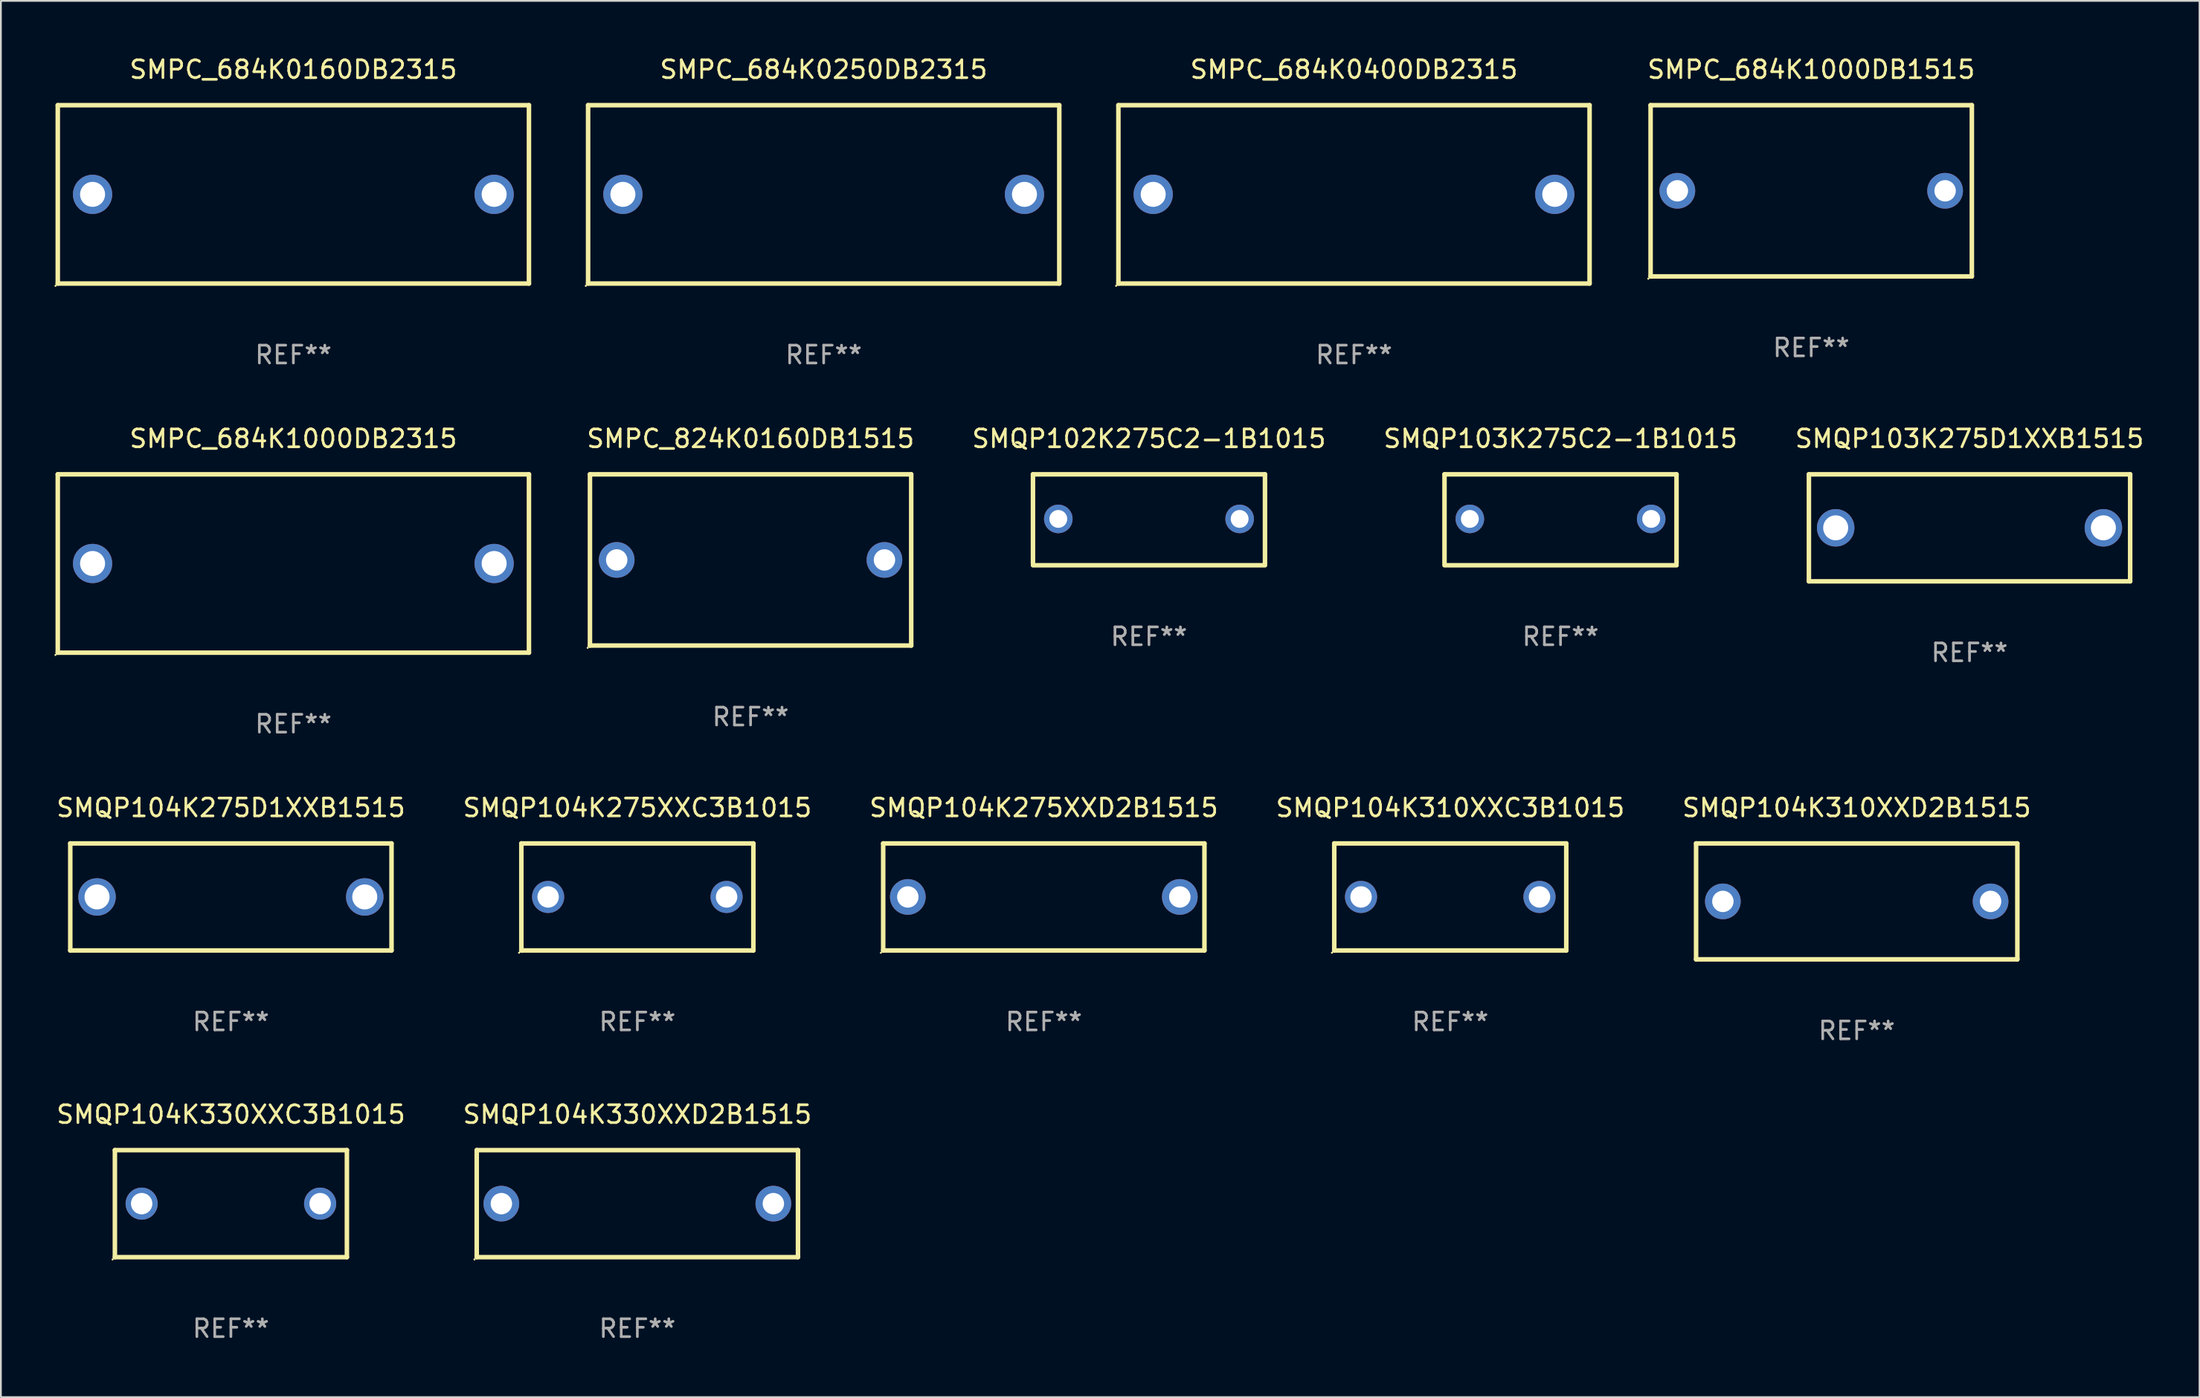
<source format=kicad_pcb>
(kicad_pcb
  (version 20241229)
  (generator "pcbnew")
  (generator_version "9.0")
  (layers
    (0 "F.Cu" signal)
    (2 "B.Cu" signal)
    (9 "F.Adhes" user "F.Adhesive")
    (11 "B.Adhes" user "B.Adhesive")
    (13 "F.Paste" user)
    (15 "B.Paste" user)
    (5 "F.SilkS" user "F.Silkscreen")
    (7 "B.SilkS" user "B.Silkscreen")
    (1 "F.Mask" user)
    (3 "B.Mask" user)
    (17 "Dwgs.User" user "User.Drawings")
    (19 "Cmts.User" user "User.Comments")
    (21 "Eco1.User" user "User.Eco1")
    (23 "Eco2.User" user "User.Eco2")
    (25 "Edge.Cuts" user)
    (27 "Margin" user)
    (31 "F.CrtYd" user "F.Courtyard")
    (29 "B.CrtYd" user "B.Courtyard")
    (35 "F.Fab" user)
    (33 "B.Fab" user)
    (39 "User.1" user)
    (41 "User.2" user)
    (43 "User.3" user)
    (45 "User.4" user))
  (footprint "SMQP103K275C2-1B1015"
    (layer "F.Cu")
    (at 84.386 26.095)
    (property "Reference" "SMQP103K275C2-1B1015" (at 0 -4.55 0) (layer "F.SilkS") (effects (font (size 1 1) (thickness 0.15))))
    (attr through_hole)
    (fp_line (start -6.5 -2.55) (end 6.5 -2.55) (stroke (width 0.254) (type solid)) (layer "F.SilkS"))
    (fp_line (start -6.5 2.45) (end -6.5 -2.55) (stroke (width 0.254) (type solid)) (layer "F.SilkS"))
    (fp_line (start 6.5 -2.55) (end 6.5 2.45) (stroke (width 0.254) (type solid)) (layer "F.SilkS"))
    (fp_line (start 6.5 2.55) (end -6.5 2.55) (stroke (width 0.254) (type solid)) (layer "F.SilkS"))
    (fp_circle (center -6.5 2.45) (end -6.47 2.45) (stroke (width 0.06) (type solid)) (fill no) (layer "F.SilkS"))
    (fp_text user "REF**" (at 0 6.55 0) (layer "F.Fab") (effects (font (size 1 1) (thickness 0.15))))
    (pad "1" thru_hole circle (at -5.08 -0.05) (size 1.6 1.6) (drill 1) (layers "*.Cu" "*.Mask"))
    (pad "2" thru_hole circle (at 5.08 -0.05) (size 1.6 1.6) (drill 1) (layers "*.Cu" "*.Mask")))
  (footprint "SMQP104K330XXD2B1515"
    (layer "F.Cu")
    (at 32.661 64.438)
    (property "Reference" "SMQP104K330XXD2B1515" (at 0 -5 0) (layer "F.SilkS") (effects (font (size 1 1) (thickness 0.15))))
    (attr through_hole)
    (fp_line (start -9 -3) (end 9 -3) (stroke (width 0.254) (type solid)) (layer "F.SilkS"))
    (fp_line (start -9 3) (end -9 -3) (stroke (width 0.254) (type solid)) (layer "F.SilkS"))
    (fp_line (start 9 -3) (end 9 3) (stroke (width 0.254) (type solid)) (layer "F.SilkS"))
    (fp_line (start 9 3) (end -9 3) (stroke (width 0.254) (type solid)) (layer "F.SilkS"))
    (fp_circle (center -9.127 3.127) (end -9.097 3.127) (stroke (width 0.06) (type solid)) (fill no) (layer "F.SilkS"))
    (fp_text user "REF**" (at 0 7 0) (layer "F.Fab") (effects (font (size 1 1) (thickness 0.15))))
    (pad "1" thru_hole circle (at -7.62 0) (size 2 2) (drill 1.2) (layers "*.Cu" "*.Mask"))
    (pad "2" thru_hole circle (at 7.62 0) (size 2 2) (drill 1.2) (layers "*.Cu" "*.Mask")))
  (footprint "SMQP104K275D1XXB1515"
    (layer "F.Cu")
    (at 9.887 47.241)
    (property "Reference" "SMQP104K275D1XXB1515" (at 0 -5 0) (layer "F.SilkS") (effects (font (size 1 1) (thickness 0.15))))
    (attr through_hole)
    (fp_line (start -9 -3) (end 9 -3) (stroke (width 0.254) (type solid)) (layer "F.SilkS"))
    (fp_line (start -9 3) (end -9 -3) (stroke (width 0.254) (type solid)) (layer "F.SilkS"))
    (fp_line (start 9 -3) (end 9 3) (stroke (width 0.254) (type solid)) (layer "F.SilkS"))
    (fp_line (start 9 3) (end -9 3) (stroke (width 0.254) (type solid)) (layer "F.SilkS"))
    (fp_circle (center -9 3) (end -8.97 3) (stroke (width 0.06) (type solid)) (fill no) (layer "F.SilkS"))
    (fp_text user "REF**" (at 0 7 0) (layer "F.Fab") (effects (font (size 1 1) (thickness 0.15))))
    (pad "1" thru_hole circle (at -7.5 0) (size 2.1 2.1) (drill 1.4) (layers "*.Cu" "*.Mask"))
    (pad "2" thru_hole circle (at 7.5 0) (size 2.1 2.1) (drill 1.4) (layers "*.Cu" "*.Mask")))
  (footprint "SMQP104K275XXC3B1015"
    (layer "F.Cu")
    (at 32.661 47.241)
    (property "Reference" "SMQP104K275XXC3B1015" (at 0 -5 0) (layer "F.SilkS") (effects (font (size 1 1) (thickness 0.15))))
    (attr through_hole)
    (fp_line (start -6.5 -3) (end 6.5 -3) (stroke (width 0.254) (type solid)) (layer "F.SilkS"))
    (fp_line (start -6.5 3) (end -6.5 -3) (stroke (width 0.254) (type solid)) (layer "F.SilkS"))
    (fp_line (start -6.5 3) (end 6.5 3) (stroke (width 0.254) (type solid)) (layer "F.SilkS"))
    (fp_line (start 6.5 -3) (end 6.5 3) (stroke (width 0.254) (type solid)) (layer "F.SilkS"))
    (fp_circle (center -6.627 3.127) (end -6.597 3.127) (stroke (width 0.06) (type solid)) (fill no) (layer "F.SilkS"))
    (fp_text user "REF**" (at 0 7 0) (layer "F.Fab") (effects (font (size 1 1) (thickness 0.15))))
    (pad "1" thru_hole circle (at -5 0) (size 1.8 1.8) (drill 1.2) (layers "*.Cu" "*.Mask"))
    (pad "2" thru_hole circle (at 5 0) (size 1.8 1.8) (drill 1.2) (layers "*.Cu" "*.Mask")))
  (footprint "SMQP104K310XXC3B1015"
    (layer "F.Cu")
    (at 78.208 47.241)
    (property "Reference" "SMQP104K310XXC3B1015" (at 0 -5 0) (layer "F.SilkS") (effects (font (size 1 1) (thickness 0.15))))
    (attr through_hole)
    (fp_line (start -6.5 -3) (end 6.5 -3) (stroke (width 0.254) (type solid)) (layer "F.SilkS"))
    (fp_line (start -6.5 3) (end -6.5 -3) (stroke (width 0.254) (type solid)) (layer "F.SilkS"))
    (fp_line (start -6.5 3) (end 6.5 3) (stroke (width 0.254) (type solid)) (layer "F.SilkS"))
    (fp_line (start 6.5 -3) (end 6.5 3) (stroke (width 0.254) (type solid)) (layer "F.SilkS"))
    (fp_circle (center -6.627 3.127) (end -6.597 3.127) (stroke (width 0.06) (type solid)) (fill no) (layer "F.SilkS"))
    (fp_text user "REF**" (at 0 7 0) (layer "F.Fab") (effects (font (size 1 1) (thickness 0.15))))
    (pad "1" thru_hole circle (at -5 0) (size 1.8 1.8) (drill 1.2) (layers "*.Cu" "*.Mask"))
    (pad "2" thru_hole circle (at 5 0) (size 1.8 1.8) (drill 1.2) (layers "*.Cu" "*.Mask")))
  (footprint "SMQP104K330XXC3B1015"
    (layer "F.Cu")
    (at 9.887 64.438)
    (property "Reference" "SMQP104K330XXC3B1015" (at 0 -5 0) (layer "F.SilkS") (effects (font (size 1 1) (thickness 0.15))))
    (attr through_hole)
    (fp_line (start -6.5 -3) (end 6.5 -3) (stroke (width 0.254) (type solid)) (layer "F.SilkS"))
    (fp_line (start -6.5 3) (end -6.5 -3) (stroke (width 0.254) (type solid)) (layer "F.SilkS"))
    (fp_line (start -6.5 3) (end 6.5 3) (stroke (width 0.254) (type solid)) (layer "F.SilkS"))
    (fp_line (start 6.5 -3) (end 6.5 3) (stroke (width 0.254) (type solid)) (layer "F.SilkS"))
    (fp_circle (center -6.627 3.127) (end -6.597 3.127) (stroke (width 0.06) (type solid)) (fill no) (layer "F.SilkS"))
    (fp_text user "REF**" (at 0 7 0) (layer "F.Fab") (effects (font (size 1 1) (thickness 0.15))))
    (pad "1" thru_hole circle (at -5 0) (size 1.8 1.8) (drill 1.2) (layers "*.Cu" "*.Mask"))
    (pad "2" thru_hole circle (at 5 0) (size 1.8 1.8) (drill 1.2) (layers "*.Cu" "*.Mask")))
  (footprint "SMPC_684K1000DB2315"
    (layer "F.Cu")
    (at 13.387 28.545)
    (property "Reference" "SMPC_684K1000DB2315" (at 0 -7 0) (layer "F.SilkS") (effects (font (size 1 1) (thickness 0.15))))
    (attr through_hole)
    (fp_line (start -13.2 -5) (end 13.2 -5) (stroke (width 0.254) (type solid)) (layer "F.SilkS"))
    (fp_line (start -13.2 5) (end -13.2 -5) (stroke (width 0.254) (type solid)) (layer "F.SilkS"))
    (fp_line (start 13.2 -5) (end 13.2 5) (stroke (width 0.254) (type solid)) (layer "F.SilkS"))
    (fp_line (start 13.2 5) (end -13.2 5) (stroke (width 0.254) (type solid)) (layer "F.SilkS"))
    (fp_circle (center -13.327 5.127) (end -13.297 5.127) (stroke (width 0.06) (type solid)) (fill no) (layer "F.SilkS"))
    (fp_text user "REF**" (at 0 9 0) (layer "F.Fab") (effects (font (size 1 1) (thickness 0.15))))
    (pad "1" thru_hole circle (at -11.25 0) (size 2.2 2.2) (drill 1.4) (layers "*.Cu" "*.Mask"))
    (pad "2" thru_hole circle (at 11.25 0) (size 2.2 2.2) (drill 1.4) (layers "*.Cu" "*.Mask")))
  (footprint "SMQP104K310XXD2B1515"
    (layer "F.Cu")
    (at 100.982 47.491)
    (property "Reference" "SMQP104K310XXD2B1515" (at 0 -5.25 0) (layer "F.SilkS") (effects (font (size 1 1) (thickness 0.15))))
    (attr through_hole)
    (fp_line (start -9 -3.25) (end 9 -3.25) (stroke (width 0.254) (type solid)) (layer "F.SilkS"))
    (fp_line (start -9 3.25) (end -9 -3.25) (stroke (width 0.254) (type solid)) (layer "F.SilkS"))
    (fp_line (start 9 -3.25) (end 9 3.25) (stroke (width 0.254) (type solid)) (layer "F.SilkS"))
    (fp_line (start 9 3.25) (end -9 3.25) (stroke (width 0.254) (type solid)) (layer "F.SilkS"))
    (fp_circle (center -9 3.25) (end -8.97 3.25) (stroke (width 0.06) (type solid)) (fill no) (layer "F.SilkS"))
    (fp_text user "REF**" (at 0 7.25 0) (layer "F.Fab") (effects (font (size 1 1) (thickness 0.15))))
    (pad "1" thru_hole circle (at -7.5 0) (size 2 2) (drill 1.2) (layers "*.Cu" "*.Mask"))
    (pad "2" thru_hole circle (at 7.5 0) (size 2 2) (drill 1.2) (layers "*.Cu" "*.Mask")))
  (footprint "SMPC_684K0250DB2315"
    (layer "F.Cu")
    (at 43.101 7.848)
    (property "Reference" "SMPC_684K0250DB2315" (at 0 -7 0) (layer "F.SilkS") (effects (font (size 1 1) (thickness 0.15))))
    (attr through_hole)
    (fp_line (start -13.2 -5) (end 13.2 -5) (stroke (width 0.254) (type solid)) (layer "F.SilkS"))
    (fp_line (start -13.2 5) (end -13.2 -5) (stroke (width 0.254) (type solid)) (layer "F.SilkS"))
    (fp_line (start 13.2 -5) (end 13.2 5) (stroke (width 0.254) (type solid)) (layer "F.SilkS"))
    (fp_line (start 13.2 5) (end -13.2 5) (stroke (width 0.254) (type solid)) (layer "F.SilkS"))
    (fp_circle (center -13.327 5.127) (end -13.297 5.127) (stroke (width 0.06) (type solid)) (fill no) (layer "F.SilkS"))
    (fp_text user "REF**" (at 0 9 0) (layer "F.Fab") (effects (font (size 1 1) (thickness 0.15))))
    (pad "1" thru_hole circle (at -11.25 0) (size 2.2 2.2) (drill 1.4) (layers "*.Cu" "*.Mask"))
    (pad "2" thru_hole circle (at 11.25 0) (size 2.2 2.2) (drill 1.4) (layers "*.Cu" "*.Mask")))
  (footprint "SMPC_684K0400DB2315"
    (layer "F.Cu")
    (at 72.814 7.848)
    (property "Reference" "SMPC_684K0400DB2315" (at 0 -7 0) (layer "F.SilkS") (effects (font (size 1 1) (thickness 0.15))))
    (attr through_hole)
    (fp_line (start -13.2 -5) (end 13.2 -5) (stroke (width 0.254) (type solid)) (layer "F.SilkS"))
    (fp_line (start -13.2 5) (end -13.2 -5) (stroke (width 0.254) (type solid)) (layer "F.SilkS"))
    (fp_line (start 13.2 -5) (end 13.2 5) (stroke (width 0.254) (type solid)) (layer "F.SilkS"))
    (fp_line (start 13.2 5) (end -13.2 5) (stroke (width 0.254) (type solid)) (layer "F.SilkS"))
    (fp_circle (center -13.327 5.127) (end -13.297 5.127) (stroke (width 0.06) (type solid)) (fill no) (layer "F.SilkS"))
    (fp_text user "REF**" (at 0 9 0) (layer "F.Fab") (effects (font (size 1 1) (thickness 0.15))))
    (pad "1" thru_hole circle (at -11.25 0) (size 2.2 2.2) (drill 1.4) (layers "*.Cu" "*.Mask"))
    (pad "2" thru_hole circle (at 11.25 0) (size 2.2 2.2) (drill 1.4) (layers "*.Cu" "*.Mask")))
  (footprint "SMQP102K275C2-1B1015"
    (layer "F.Cu")
    (at 61.327 26.095)
    (property "Reference" "SMQP102K275C2-1B1015" (at 0 -4.55 0) (layer "F.SilkS") (effects (font (size 1 1) (thickness 0.15))))
    (attr through_hole)
    (fp_line (start -6.5 -2.55) (end 6.5 -2.55) (stroke (width 0.254) (type solid)) (layer "F.SilkS"))
    (fp_line (start -6.5 2.45) (end -6.5 -2.55) (stroke (width 0.254) (type solid)) (layer "F.SilkS"))
    (fp_line (start 6.5 -2.55) (end 6.5 2.45) (stroke (width 0.254) (type solid)) (layer "F.SilkS"))
    (fp_line (start 6.5 2.55) (end -6.5 2.55) (stroke (width 0.254) (type solid)) (layer "F.SilkS"))
    (fp_circle (center -6.5 2.45) (end -6.47 2.45) (stroke (width 0.06) (type solid)) (fill no) (layer "F.SilkS"))
    (fp_text user "REF**" (at 0 6.55 0) (layer "F.Fab") (effects (font (size 1 1) (thickness 0.15))))
    (pad "1" thru_hole circle (at -5.08 -0.05) (size 1.6 1.6) (drill 1) (layers "*.Cu" "*.Mask"))
    (pad "2" thru_hole circle (at 5.08 -0.05) (size 1.6 1.6) (drill 1) (layers "*.Cu" "*.Mask")))
  (footprint "SMPC_684K0160DB2315"
    (layer "F.Cu")
    (at 13.387 7.848)
    (property "Reference" "SMPC_684K0160DB2315" (at 0 -7 0) (layer "F.SilkS") (effects (font (size 1 1) (thickness 0.15))))
    (attr through_hole)
    (fp_line (start -13.2 -5) (end 13.2 -5) (stroke (width 0.254) (type solid)) (layer "F.SilkS"))
    (fp_line (start -13.2 5) (end -13.2 -5) (stroke (width 0.254) (type solid)) (layer "F.SilkS"))
    (fp_line (start 13.2 -5) (end 13.2 5) (stroke (width 0.254) (type solid)) (layer "F.SilkS"))
    (fp_line (start 13.2 5) (end -13.2 5) (stroke (width 0.254) (type solid)) (layer "F.SilkS"))
    (fp_circle (center -13.327 5.127) (end -13.297 5.127) (stroke (width 0.06) (type solid)) (fill no) (layer "F.SilkS"))
    (fp_text user "REF**" (at 0 9 0) (layer "F.Fab") (effects (font (size 1 1) (thickness 0.15))))
    (pad "1" thru_hole circle (at -11.25 0) (size 2.2 2.2) (drill 1.4) (layers "*.Cu" "*.Mask"))
    (pad "2" thru_hole circle (at 11.25 0) (size 2.2 2.2) (drill 1.4) (layers "*.Cu" "*.Mask")))
  (footprint "SMQP104K275XXD2B1515"
    (layer "F.Cu")
    (at 55.435 47.241)
    (property "Reference" "SMQP104K275XXD2B1515" (at 0 -5 0) (layer "F.SilkS") (effects (font (size 1 1) (thickness 0.15))))
    (attr through_hole)
    (fp_line (start -9 -3) (end 9 -3) (stroke (width 0.254) (type solid)) (layer "F.SilkS"))
    (fp_line (start -9 3) (end -9 -3) (stroke (width 0.254) (type solid)) (layer "F.SilkS"))
    (fp_line (start 9 -3) (end 9 3) (stroke (width 0.254) (type solid)) (layer "F.SilkS"))
    (fp_line (start 9 3) (end -9 3) (stroke (width 0.254) (type solid)) (layer "F.SilkS"))
    (fp_circle (center -9.127 3.127) (end -9.097 3.127) (stroke (width 0.06) (type solid)) (fill no) (layer "F.SilkS"))
    (fp_text user "REF**" (at 0 7 0) (layer "F.Fab") (effects (font (size 1 1) (thickness 0.15))))
    (pad "1" thru_hole circle (at -7.62 0) (size 2 2) (drill 1.2) (layers "*.Cu" "*.Mask"))
    (pad "2" thru_hole circle (at 7.62 0) (size 2 2) (drill 1.2) (layers "*.Cu" "*.Mask")))
  (footprint "SMQP103K275D1XXB1515"
    (layer "F.Cu")
    (at 107.303 26.545)
    (property "Reference" "SMQP103K275D1XXB1515" (at 0 -5 0) (layer "F.SilkS") (effects (font (size 1 1) (thickness 0.15))))
    (attr through_hole)
    (fp_line (start -9 -3) (end 9 -3) (stroke (width 0.254) (type solid)) (layer "F.SilkS"))
    (fp_line (start -9 3) (end -9 -3) (stroke (width 0.254) (type solid)) (layer "F.SilkS"))
    (fp_line (start 9 -3) (end 9 3) (stroke (width 0.254) (type solid)) (layer "F.SilkS"))
    (fp_line (start 9 3) (end -9 3) (stroke (width 0.254) (type solid)) (layer "F.SilkS"))
    (fp_circle (center -9 3) (end -8.97 3) (stroke (width 0.06) (type solid)) (fill no) (layer "F.SilkS"))
    (fp_text user "REF**" (at 0 7 0) (layer "F.Fab") (effects (font (size 1 1) (thickness 0.15))))
    (pad "1" thru_hole circle (at -7.5 0) (size 2.1 2.1) (drill 1.4) (layers "*.Cu" "*.Mask"))
    (pad "2" thru_hole circle (at 7.5 0) (size 2.1 2.1) (drill 1.4) (layers "*.Cu" "*.Mask")))
  (footprint "SMPC_684K1000DB1515"
    (layer "F.Cu")
    (at 98.433 7.648)
    (property "Reference" "SMPC_684K1000DB1515" (at 0 -6.8 0) (layer "F.SilkS") (effects (font (size 1 1) (thickness 0.15))))
    (attr through_hole)
    (fp_line (start -9 -4.8) (end 9 -4.8) (stroke (width 0.254) (type solid)) (layer "F.SilkS"))
    (fp_line (start -9 4.8) (end -9 -4.8) (stroke (width 0.254) (type solid)) (layer "F.SilkS"))
    (fp_line (start 9 -4.8) (end 9 4.8) (stroke (width 0.254) (type solid)) (layer "F.SilkS"))
    (fp_line (start 9 4.8) (end -9 4.8) (stroke (width 0.254) (type solid)) (layer "F.SilkS"))
    (fp_circle (center -9.127 4.927) (end -9.097 4.927) (stroke (width 0.06) (type solid)) (fill no) (layer "F.SilkS"))
    (fp_text user "REF**" (at 0 8.8 0) (layer "F.Fab") (effects (font (size 1 1) (thickness 0.15))))
    (pad "1" thru_hole circle (at -7.501 0) (size 2 2) (drill 1.2) (layers "*.Cu" "*.Mask"))
    (pad "2" thru_hole circle (at 7.501 0) (size 2 2) (drill 1.2) (layers "*.Cu" "*.Mask")))
  (footprint "SMPC_824K0160DB1515"
    (layer "F.Cu")
    (at 39.005 28.345)
    (property "Reference" "SMPC_824K0160DB1515" (at 0 -6.8 0) (layer "F.SilkS") (effects (font (size 1 1) (thickness 0.15))))
    (attr through_hole)
    (fp_line (start -9 -4.8) (end 9 -4.8) (stroke (width 0.254) (type solid)) (layer "F.SilkS"))
    (fp_line (start -9 4.8) (end -9 -4.8) (stroke (width 0.254) (type solid)) (layer "F.SilkS"))
    (fp_line (start 9 -4.8) (end 9 4.8) (stroke (width 0.254) (type solid)) (layer "F.SilkS"))
    (fp_line (start 9 4.8) (end -9 4.8) (stroke (width 0.254) (type solid)) (layer "F.SilkS"))
    (fp_circle (center -9.127 4.927) (end -9.097 4.927) (stroke (width 0.06) (type solid)) (fill no) (layer "F.SilkS"))
    (fp_text user "REF**" (at 0 8.8 0) (layer "F.Fab") (effects (font (size 1 1) (thickness 0.15))))
    (pad "1" thru_hole circle (at -7.501 0) (size 2 2) (drill 1.2) (layers "*.Cu" "*.Mask"))
    (pad "2" thru_hole circle (at 7.501 0) (size 2 2) (drill 1.2) (layers "*.Cu" "*.Mask")))
  (gr_rect
    (start -3 -3)
    (end 120.19 75.286)
    (stroke (width 0.1) (type default))
    (fill no)
    (layer "Edge.Cuts")))
</source>
